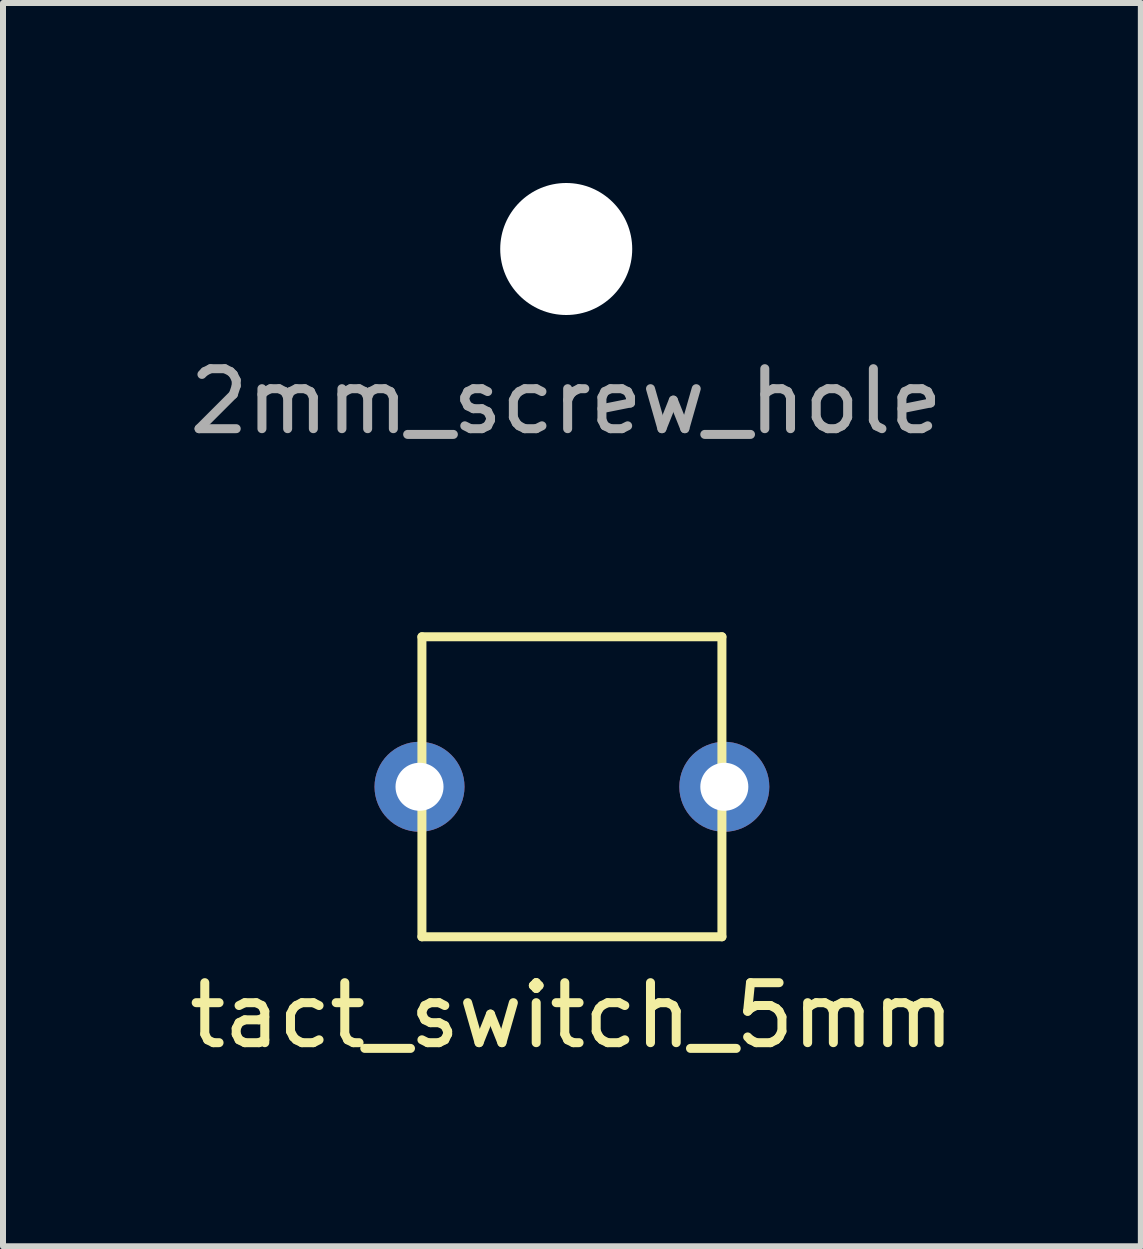
<source format=kicad_pcb>
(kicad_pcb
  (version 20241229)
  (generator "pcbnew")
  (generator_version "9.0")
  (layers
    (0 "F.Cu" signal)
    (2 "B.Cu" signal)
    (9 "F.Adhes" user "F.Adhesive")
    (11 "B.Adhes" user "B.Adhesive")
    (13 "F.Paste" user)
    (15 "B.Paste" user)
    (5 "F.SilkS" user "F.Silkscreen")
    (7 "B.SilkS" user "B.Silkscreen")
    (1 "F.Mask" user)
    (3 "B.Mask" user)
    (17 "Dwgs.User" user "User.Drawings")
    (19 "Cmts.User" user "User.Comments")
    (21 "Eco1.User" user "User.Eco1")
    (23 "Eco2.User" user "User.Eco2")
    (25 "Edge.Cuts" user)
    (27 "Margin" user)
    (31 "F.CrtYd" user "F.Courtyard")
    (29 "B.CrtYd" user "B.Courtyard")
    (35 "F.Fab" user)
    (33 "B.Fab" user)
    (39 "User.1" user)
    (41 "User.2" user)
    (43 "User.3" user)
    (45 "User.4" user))
  (footprint "tact_switch_5mm"
    (layer "F.Cu")
    (at 6.482 10.063)
    (property "Reference" "tact_switch_5mm" (at 0 3.81 0) (layer "F.SilkS") (effects (font (size 1 1) (thickness 0.15))))
    (attr through_hole)
    (fp_line (start -2.5 -2.5) (end -2.5 2.5) (stroke (width 0.15) (type solid)) (layer "F.SilkS"))
    (fp_line (start -2.5 -2.5) (end 2.5 -2.5) (stroke (width 0.15) (type solid)) (layer "F.SilkS"))
    (fp_line (start -2.5 2.5) (end 2.5 2.5) (stroke (width 0.15) (type solid)) (layer "F.SilkS"))
    (fp_line (start 2.5 -2.5) (end 2.5 2.5) (stroke (width 0.15) (type solid)) (layer "F.SilkS"))
    (pad "1" thru_hole circle (at -2.54 0) (size 1.5 1.5) (drill 0.8) (layers "*.Cu" "*.Mask"))
    (pad "2" thru_hole circle (at 2.54 0) (size 1.5 1.5) (drill 0.8) (layers "*.Cu" "*.Mask")))
  (footprint "2mm_screw_hole"
    (layer "F.Cu")
    (at 6.387 1.1)
    (property "Reference" "2mm_screw_hole" (at 0 2.54 0) (layer "F.Fab") (effects (font (size 1 1) (thickness 0.15))))
    (attr through_hole)
    (pad "" np_thru_hole circle (at 0 0) (size 2.2 2.2) (drill 2.2) (layers "*.Cu" "*.Mask")))
  (gr_rect
    (start -3 -3)
    (end 15.964 17.721)
    (stroke (width 0.1) (type default))
    (fill no)
    (layer "Edge.Cuts")))
</source>
